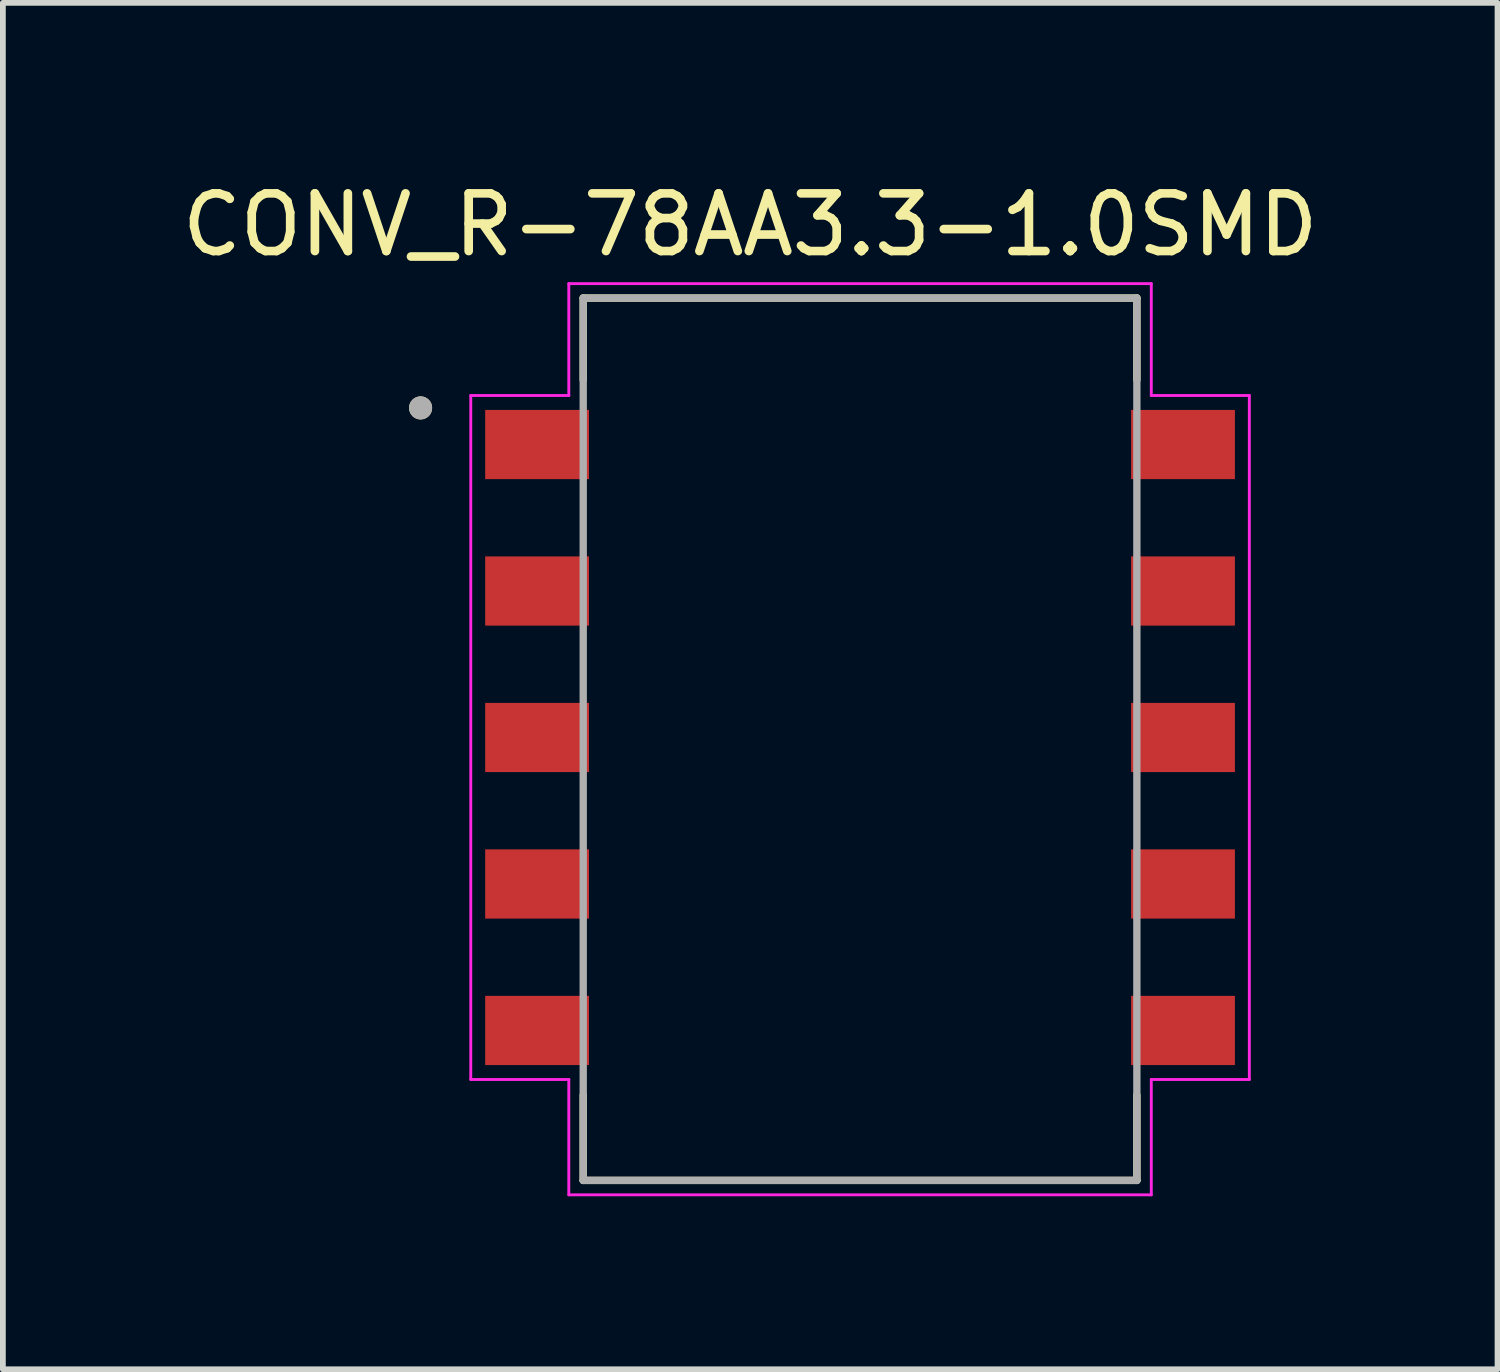
<source format=kicad_pcb>
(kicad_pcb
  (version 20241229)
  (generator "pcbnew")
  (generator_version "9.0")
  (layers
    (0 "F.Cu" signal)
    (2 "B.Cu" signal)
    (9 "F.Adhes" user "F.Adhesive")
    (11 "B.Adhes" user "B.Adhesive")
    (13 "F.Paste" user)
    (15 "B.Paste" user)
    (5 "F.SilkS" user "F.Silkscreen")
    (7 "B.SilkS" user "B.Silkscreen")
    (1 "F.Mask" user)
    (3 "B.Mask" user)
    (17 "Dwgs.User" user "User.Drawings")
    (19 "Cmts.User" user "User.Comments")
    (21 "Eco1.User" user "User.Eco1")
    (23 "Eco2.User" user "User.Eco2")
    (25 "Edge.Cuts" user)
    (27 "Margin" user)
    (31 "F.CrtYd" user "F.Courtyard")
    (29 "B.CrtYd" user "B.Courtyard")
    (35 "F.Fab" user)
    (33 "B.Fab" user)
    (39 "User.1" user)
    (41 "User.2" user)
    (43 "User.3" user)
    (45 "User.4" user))
  (footprint "CONV_R-78AA3.3-1.0SMD"
    (layer "F.Cu")
    (at 11.863 9.738)
    (property "Reference" "CONV_R-78AA3.3-1.0SMD" (at -1.905 -8.89 0) (layer "F.SilkS") (effects (font (size 1 1) (thickness 0.15))))
    (attr through_hole)
    (fp_line (start -4.8 -7.62) (end -4.8 -6.2) (stroke (width 0.127) (type solid)) (layer "F.SilkS"))
    (fp_line (start -4.8 7.68) (end -4.8 6.2) (stroke (width 0.127) (type solid)) (layer "F.SilkS"))
    (fp_line (start -4.8 7.68) (end 4.8 7.68) (stroke (width 0.127) (type solid)) (layer "F.SilkS"))
    (fp_line (start 4.8 -7.62) (end -4.8 -7.62) (stroke (width 0.127) (type solid)) (layer "F.SilkS"))
    (fp_line (start 4.8 -7.62) (end 4.8 -6.2) (stroke (width 0.127) (type solid)) (layer "F.SilkS"))
    (fp_line (start 4.8 7.68) (end 4.8 6.2) (stroke (width 0.127) (type solid)) (layer "F.SilkS"))
    (fp_circle (center -7.62 -5.715) (end -7.52 -5.715) (stroke (width 0.2) (type solid)) (fill no) (layer "F.SilkS"))
    (fp_line (start -6.75 -5.93) (end -6.75 5.93) (stroke (width 0.05) (type solid)) (layer "F.CrtYd"))
    (fp_line (start -6.75 5.93) (end -5.05 5.93) (stroke (width 0.05) (type solid)) (layer "F.CrtYd"))
    (fp_line (start -5.05 -7.87) (end -5.05 -5.93) (stroke (width 0.05) (type solid)) (layer "F.CrtYd"))
    (fp_line (start -5.05 -5.93) (end -6.75 -5.93) (stroke (width 0.05) (type solid)) (layer "F.CrtYd"))
    (fp_line (start -5.05 5.93) (end -5.05 7.93) (stroke (width 0.05) (type solid)) (layer "F.CrtYd"))
    (fp_line (start -5.05 7.93) (end 5.05 7.93) (stroke (width 0.05) (type solid)) (layer "F.CrtYd"))
    (fp_line (start 5.05 -7.87) (end -5.05 -7.87) (stroke (width 0.05) (type solid)) (layer "F.CrtYd"))
    (fp_line (start 5.05 -5.93) (end 5.05 -7.87) (stroke (width 0.05) (type solid)) (layer "F.CrtYd"))
    (fp_line (start 5.05 5.93) (end 6.75 5.93) (stroke (width 0.05) (type solid)) (layer "F.CrtYd"))
    (fp_line (start 5.05 7.93) (end 5.05 5.93) (stroke (width 0.05) (type solid)) (layer "F.CrtYd"))
    (fp_line (start 6.75 -5.93) (end 5.05 -5.93) (stroke (width 0.05) (type solid)) (layer "F.CrtYd"))
    (fp_line (start 6.75 5.93) (end 6.75 -5.93) (stroke (width 0.05) (type solid)) (layer "F.CrtYd"))
    (fp_line (start -4.8 -7.62) (end -4.8 7.68) (stroke (width 0.127) (type solid)) (layer "F.Fab"))
    (fp_line (start -4.8 7.68) (end 4.8 7.68) (stroke (width 0.127) (type solid)) (layer "F.Fab"))
    (fp_line (start 4.8 -7.62) (end -4.8 -7.62) (stroke (width 0.127) (type solid)) (layer "F.Fab"))
    (fp_line (start 4.8 7.68) (end 4.8 -7.62) (stroke (width 0.127) (type solid)) (layer "F.Fab"))
    (fp_circle (center -7.62 -5.715) (end -7.52 -5.715) (stroke (width 0.2) (type solid)) (fill no) (layer "F.Fab"))
    (pad "1" smd rect (at -5.6 -5.08) (size 1.8 1.2) (layers "F.Cu" "F.Mask" "F.Paste"))
    (pad "2" smd rect (at -5.6 -2.54) (size 1.8 1.2) (layers "F.Cu" "F.Mask" "F.Paste"))
    (pad "3" smd rect (at -5.6 0) (size 1.8 1.2) (layers "F.Cu" "F.Mask" "F.Paste"))
    (pad "4" smd rect (at -5.6 2.54) (size 1.8 1.2) (layers "F.Cu" "F.Mask" "F.Paste"))
    (pad "5" smd rect (at -5.6 5.08) (size 1.8 1.2) (layers "F.Cu" "F.Mask" "F.Paste"))
    (pad "6" smd rect (at 5.6 5.08) (size 1.8 1.2) (layers "F.Cu" "F.Mask" "F.Paste"))
    (pad "7" smd rect (at 5.6 2.54) (size 1.8 1.2) (layers "F.Cu" "F.Mask" "F.Paste"))
    (pad "8" smd rect (at 5.6 0) (size 1.8 1.2) (layers "F.Cu" "F.Mask" "F.Paste"))
    (pad "9" smd rect (at 5.6 -2.54) (size 1.8 1.2) (layers "F.Cu" "F.Mask" "F.Paste"))
    (pad "10" smd rect (at 5.6 -5.08) (size 1.8 1.2) (layers "F.Cu" "F.Mask" "F.Paste")))
  (gr_rect
    (start -3 -3)
    (end 22.917 20.693)
    (stroke (width 0.1) (type default))
    (fill no)
    (layer "Edge.Cuts")))
</source>
